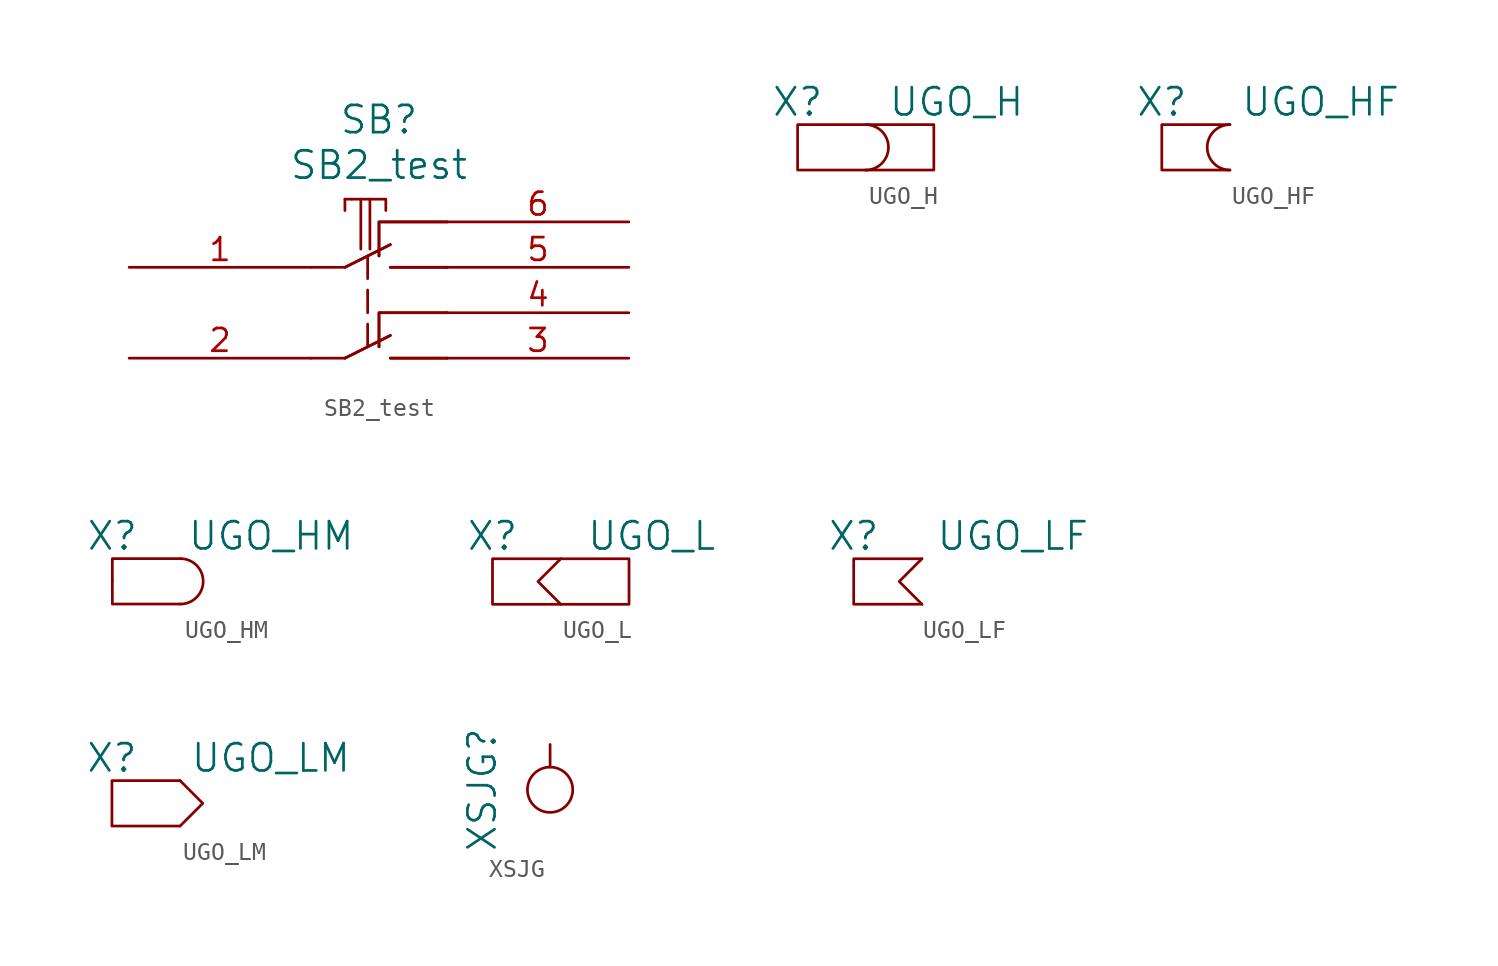
<source format=kicad_sym>
(kicad_symbol_lib
  (version 20211014)
  (generator kicad_symbol_editor)
  (symbol "SB2_test"
    (pin_names
      (offset 1.016))
    (property "Reference" "SB"
      (at -13.97 5.715 0)
      (effects (font (size 1.524 1.524))))
    (property "Value" "SB2_test"
      (at -13.97 3.175 0)
      (effects (font (size 1.524 1.524))))
    (property "Footprint" ""
      (at 0 0 0)
      (effects (font (size 1.524 1.524))))
    (property "Datasheet" ""
      (at 0 0 0)
      (effects (font (size 1.524 1.524))))
    (symbol "SB2_test_0_1"
      (polyline (pts (xy -15.875 -7.62) (xy -17.78 -7.62)) (stroke (width 0) (type default) (color 0 0 0 0)) (fill (type none)))
      (polyline (pts (xy -15.875 -2.54) (xy -17.78 -2.54)) (stroke (width 0) (type default) (color 0 0 0 0)) (fill (type none)))
      (polyline (pts (xy -15.875 1.27) (xy -15.875 0.635)) (stroke (width 0) (type default) (color 0 0 0 0)) (fill (type none)))
      (polyline (pts (xy -14.986 1.27) (xy -14.986 -1.524)) (stroke (width 0) (type default) (color 0 0 0 0)) (fill (type none)))
      (polyline (pts (xy -14.605 -5.715) (xy -14.605 -6.985)) (stroke (width 0) (type default) (color 0 0 0 0)) (fill (type none)))
      (polyline (pts (xy -14.605 -3.81) (xy -14.605 -5.08)) (stroke (width 0) (type default) (color 0 0 0 0)) (fill (type none)))
      (polyline (pts (xy -14.605 -1.905) (xy -14.605 -3.175)) (stroke (width 0) (type default) (color 0 0 0 0)) (fill (type none)))
      (polyline (pts (xy -14.478 1.27) (xy -14.478 -1.524)) (stroke (width 0) (type default) (color 0 0 0 0)) (fill (type none)))
      (polyline (pts (xy -13.335 -6.35) (xy -15.875 -7.62)) (stroke (width 0) (type default) (color 0 0 0 0)) (fill (type none)))
      (polyline (pts (xy -13.335 -6.35) (xy -15.875 -7.62)) (stroke (width 0) (type default) (color 0 0 0 0)) (fill (type none)))
      (polyline (pts (xy -13.335 -1.27) (xy -15.875 -2.54)) (stroke (width 0) (type default) (color 0 0 0 0)) (fill (type none)))
      (polyline (pts (xy -13.335 -1.27) (xy -15.875 -2.54)) (stroke (width 0) (type default) (color 0 0 0 0)) (fill (type none)))
      (polyline (pts (xy -10.16 -7.62) (xy -13.335 -7.62)) (stroke (width 0) (type default) (color 0 0 0 0)) (fill (type none)))
      (polyline (pts (xy -10.16 -7.62) (xy -13.335 -7.62)) (stroke (width 0) (type default) (color 0 0 0 0)) (fill (type none)))
      (polyline (pts (xy -10.16 -2.54) (xy -13.335 -2.54)) (stroke (width 0) (type default) (color 0 0 0 0)) (fill (type none)))
      (polyline (pts (xy -10.16 -2.54) (xy -13.335 -2.54)) (stroke (width 0) (type default) (color 0 0 0 0)) (fill (type none)))
      (polyline (pts (xy -15.494 1.27) (xy -15.875 1.27) (xy -15.875 1.27)) (stroke (width 0) (type default) (color 0 0 0 0)) (fill (type none)))
      (polyline (pts (xy -15.494 1.27) (xy -13.589 1.27) (xy -13.589 0.635)) (stroke (width 0) (type default) (color 0 0 0 0)) (fill (type none)))
      (polyline (pts (xy -13.97 -6.985) (xy -13.97 -5.08) (xy -10.16 -5.08)) (stroke (width 0) (type default) (color 0 0 0 0)) (fill (type none)))
      (polyline (pts (xy -13.97 -6.985) (xy -13.97 -5.08) (xy -10.16 -5.08)) (stroke (width 0) (type default) (color 0 0 0 0)) (fill (type none)))
      (polyline (pts (xy -13.97 -1.905) (xy -13.97 0) (xy -10.16 0)) (stroke (width 0) (type default) (color 0 0 0 0)) (fill (type none)))
      (polyline (pts (xy -13.97 -1.905) (xy -13.97 0) (xy -10.16 0)) (stroke (width 0) (type default) (color 0 0 0 0)) (fill (type none))))
    (symbol "SB2_test_1_1"
      (pin passive line (at -27.94 -2.54 0) (length 10.16) (name "~" (effects (font (size 1.27 1.27)))) (number "1" (effects (font (size 1.27 1.27)))))
      (pin passive line (at -27.94 -7.62 0) (length 10.16) (name "~" (effects (font (size 1.27 1.27)))) (number "2" (effects (font (size 1.27 1.27)))))
      (pin passive line (at 0 -7.62 180) (length 10.16) (name "~" (effects (font (size 1.27 1.27)))) (number "3" (effects (font (size 1.27 1.27)))))
      (pin passive line (at 0 -5.08 180) (length 10.16) (name "~" (effects (font (size 1.27 1.27)))) (number "4" (effects (font (size 1.27 1.27)))))
      (pin passive line (at 0 -2.54 180) (length 10.16) (name "~" (effects (font (size 1.27 1.27)))) (number "5" (effects (font (size 1.27 1.27)))))
      (pin passive line (at 0 0 180) (length 10.16) (name "~" (effects (font (size 1.27 1.27)))) (number "6" (effects (font (size 1.27 1.27)))))))
  (symbol "UGO_H"
    (pin_numbers hide)
    (pin_names
      (offset 0) hide)
    (property "Reference" "X"
      (at -3.81 2.54 0)
      (effects (font (size 1.524 1.524))))
    (property "Value" "UGO_H"
      (at 5.08 2.54 0)
      (effects (font (size 1.524 1.524))))
    (property "Footprint" ""
      (at 0 0 0)
      (effects (font (size 1.524 1.524))))
    (property "Datasheet" ""
      (at 0 0 0)
      (effects (font (size 1.524 1.524))))
    (symbol "UGO_H_0_1"
      (arc (start 0 -1.27) (mid 1.27 0) (end 0 1.27) (stroke (width 0) (type default) (color 0 0 0 0)) (fill (type none)))
      (polyline (pts (xy 0 1.27) (xy -3.81 1.27) (xy -3.81 -1.27) (xy 0 -1.27)) (stroke (width 0) (type default) (color 0 0 0 0)) (fill (type none)))
      (polyline (pts (xy 0 1.27) (xy 3.81 1.27) (xy 3.81 -1.27) (xy 0 -1.27)) (stroke (width 0) (type default) (color 0 0 0 0)) (fill (type none)))))
  (symbol "UGO_HF"
    (pin_numbers hide)
    (pin_names
      (offset 0) hide)
    (property "Reference" "X"
      (at -3.81 2.54 0)
      (effects (font (size 1.524 1.524))))
    (property "Value" "UGO_HF"
      (at 5.08 2.54 0)
      (effects (font (size 1.524 1.524))))
    (property "Footprint" ""
      (at 0 0 0)
      (effects (font (size 1.524 1.524))))
    (property "Datasheet" ""
      (at 0 0 0)
      (effects (font (size 1.524 1.524))))
    (symbol "UGO_HF_0_1"
      (polyline (pts (xy 0 1.27) (xy -3.81 1.27) (xy -3.81 -1.27) (xy 0 -1.27)) (stroke (width 0) (type default) (color 0 0 0 0)) (fill (type none)))
      (arc (start 0 1.27) (mid -1.27 0) (end 0 -1.27) (stroke (width 0) (type default) (color 0 0 0 0)) (fill (type none)))))
  (symbol "UGO_HM"
    (pin_numbers hide)
    (pin_names
      (offset 0) hide)
    (property "Reference" "X"
      (at -3.81 2.54 0)
      (effects (font (size 1.524 1.524))))
    (property "Value" "UGO_HM"
      (at 5.08 2.54 0)
      (effects (font (size 1.524 1.524))))
    (property "Footprint" ""
      (at 0 0 0)
      (effects (font (size 1.524 1.524))))
    (property "Datasheet" ""
      (at 0 0 0)
      (effects (font (size 1.524 1.524))))
    (symbol "UGO_HM_0_1"
      (arc (start 0 -1.27) (mid 1.27 0) (end 0 1.27) (stroke (width 0) (type default) (color 0 0 0 0)) (fill (type none)))
      (polyline (pts (xy -3.81 0) (xy -3.81 1.27) (xy 0 1.27)) (stroke (width 0) (type default) (color 0 0 0 0)) (fill (type none)))
      (polyline (pts (xy 0 -1.27) (xy -3.81 -1.27) (xy -3.81 0)) (stroke (width 0) (type default) (color 0 0 0 0)) (fill (type none)))))
  (symbol "UGO_L"
    (pin_numbers hide)
    (pin_names
      (offset 0) hide)
    (property "Reference" "X"
      (at -3.81 2.54 0)
      (effects (font (size 1.524 1.524))))
    (property "Value" "UGO_L"
      (at 5.08 2.54 0)
      (effects (font (size 1.524 1.524))))
    (property "Footprint" ""
      (at 0 0 0)
      (effects (font (size 1.524 1.524))))
    (property "Datasheet" ""
      (at 0 0 0)
      (effects (font (size 1.524 1.524))))
    (symbol "UGO_L_0_1"
      (polyline (pts (xy 0 1.27) (xy -1.27 0) (xy 0 -1.27)) (stroke (width 0) (type default) (color 0 0 0 0)) (fill (type none)))
      (polyline (pts (xy -3.81 1.27) (xy -3.81 -1.27) (xy 3.81 -1.27) (xy 3.81 1.27) (xy -3.81 1.27)) (stroke (width 0) (type default) (color 0 0 0 0)) (fill (type none)))))
  (symbol "UGO_LF"
    (pin_numbers hide)
    (pin_names
      (offset 0) hide)
    (property "Reference" "X"
      (at -3.81 2.54 0)
      (effects (font (size 1.524 1.524))))
    (property "Value" "UGO_LF"
      (at 5.08 2.54 0)
      (effects (font (size 1.524 1.524))))
    (property "Footprint" ""
      (at 0 0 0)
      (effects (font (size 1.524 1.524))))
    (property "Datasheet" ""
      (at 0 0 0)
      (effects (font (size 1.524 1.524))))
    (symbol "UGO_LF_0_1"
      (polyline (pts (xy 0 1.27) (xy -1.27 0) (xy 0 -1.27)) (stroke (width 0) (type default) (color 0 0 0 0)) (fill (type none)))
      (polyline (pts (xy 0 1.27) (xy -3.81 1.27) (xy -3.81 -1.27) (xy 0 -1.27)) (stroke (width 0) (type default) (color 0 0 0 0)) (fill (type none)))))
  (symbol "UGO_LM"
    (pin_numbers hide)
    (pin_names
      (offset 0) hide)
    (property "Reference" "X"
      (at -3.81 2.54 0)
      (effects (font (size 1.524 1.524))))
    (property "Value" "UGO_LM"
      (at 5.08 2.54 0)
      (effects (font (size 1.524 1.524))))
    (property "Footprint" ""
      (at 0 0 0)
      (effects (font (size 1.524 1.524))))
    (property "Datasheet" ""
      (at 0 0 0)
      (effects (font (size 1.524 1.524))))
    (symbol "UGO_LM_0_1"
      (polyline (pts (xy 0 1.27) (xy 1.27 0) (xy 0 -1.27)) (stroke (width 0) (type default) (color 0 0 0 0)) (fill (type none)))
      (polyline (pts (xy 0 1.27) (xy -3.81 1.27) (xy -3.81 -1.27) (xy 0 -1.27)) (stroke (width 0) (type default) (color 0 0 0 0)) (fill (type none)))))
  (symbol "XSJG"
    (pin_numbers hide)
    (pin_names
      (offset 0) hide)
    (property "Reference" "XSJG"
      (at -3.81 -2.54 90)
      (effects (font (size 1.524 1.524))))
    (property "Footprint" ""
      (at 0 0 0)
      (effects (font (size 1.524 1.524))))
    (property "Datasheet" ""
      (at 0 0 0)
      (effects (font (size 1.524 1.524))))
    (symbol "XSJG_0_1"
      (circle (center 0 -2.54) (radius 1.27) (stroke (width 0) (type default) (color 0 0 0 0)) (fill (type none))))
    (symbol "XSJG_1_1"
      (pin input line (at 0 0 270) (length 1.27) (name "~" (effects (font (size 1.27 1.27)))) (number "1" (effects (font (size 1.27 1.27))))))))
</source>
